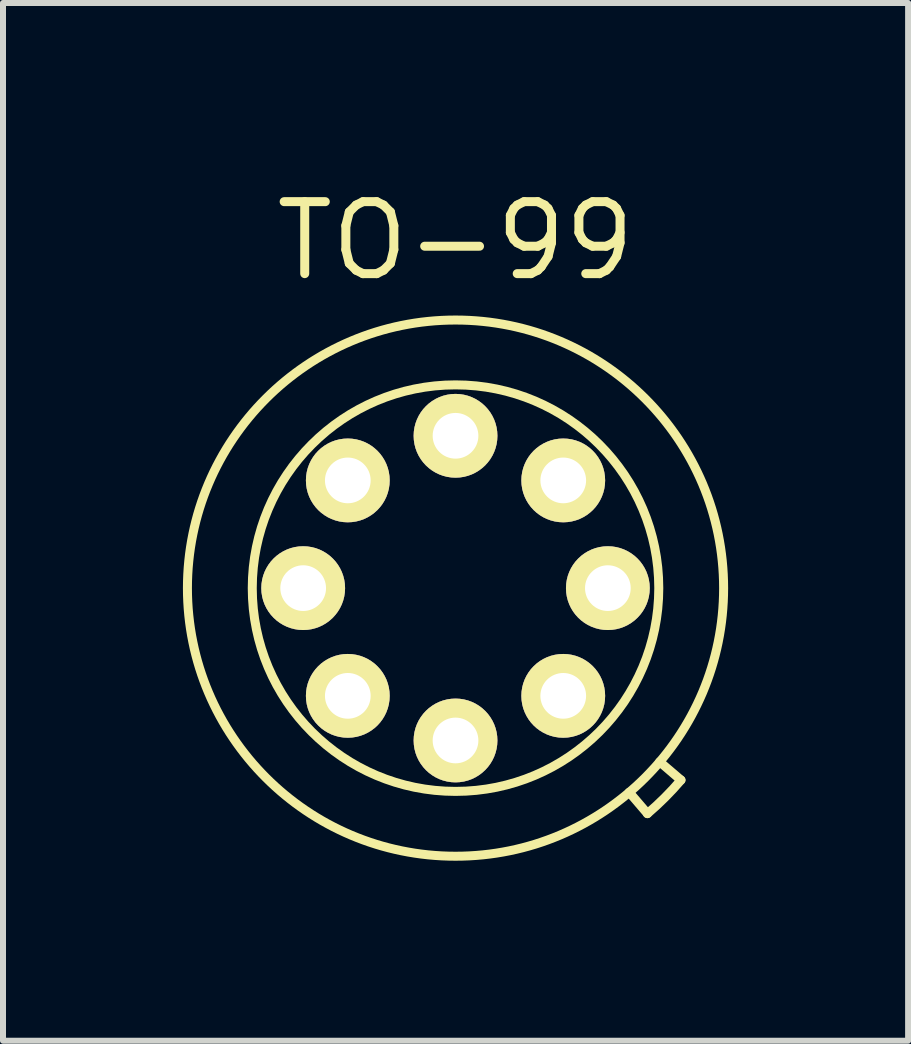
<source format=kicad_pcb>
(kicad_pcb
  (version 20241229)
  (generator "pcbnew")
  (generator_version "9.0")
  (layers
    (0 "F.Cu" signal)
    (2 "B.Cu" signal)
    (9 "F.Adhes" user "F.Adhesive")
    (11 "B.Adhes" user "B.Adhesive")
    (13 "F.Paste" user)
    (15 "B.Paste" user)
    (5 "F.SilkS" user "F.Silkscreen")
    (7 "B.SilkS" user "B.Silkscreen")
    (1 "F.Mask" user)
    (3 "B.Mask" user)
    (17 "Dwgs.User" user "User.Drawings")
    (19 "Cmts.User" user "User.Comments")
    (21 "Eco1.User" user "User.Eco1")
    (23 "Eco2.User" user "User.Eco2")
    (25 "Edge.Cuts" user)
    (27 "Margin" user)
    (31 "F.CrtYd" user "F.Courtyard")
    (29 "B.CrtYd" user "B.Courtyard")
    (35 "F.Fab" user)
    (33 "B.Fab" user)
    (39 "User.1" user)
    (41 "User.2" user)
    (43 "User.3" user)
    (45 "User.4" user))
  (footprint "TO-99"
    (layer "F.Cu")
    (at 4.545 6.756)
    (property "Reference" "TO-99" (at 0 -5.791 0) (layer "F.SilkS") (effects (font (size 1.2 1.2) (thickness 0.15))))
    (attr through_hole)
    (fp_line (start 2.896 3.404) (end 3.2 3.759) (stroke (width 0.15) (type solid)) (layer "F.SilkS"))
    (fp_line (start 3.404 2.896) (end 3.759 3.2) (stroke (width 0.15) (type solid)) (layer "F.SilkS"))
    (fp_arc (start 3.7592 3.2004) (mid 3.490423 3.491575) (end 3.199159 3.760256) (stroke (width 0.15) (type solid)) (layer "F.SilkS"))
    (fp_circle (center 0 0) (end 0 3.389) (stroke (width 0.15) (type solid)) (fill no) (layer "F.SilkS"))
    (fp_circle (center 0 0) (end 4.47 0) (stroke (width 0.15) (type solid)) (fill no) (layer "F.SilkS"))
    (pad "1" thru_hole oval (at 0 2.54) (size 1.397 1.397) (drill 0.762) (layers "*.Cu" "*.Mask" "F.SilkS"))
    (pad "2" thru_hole oval (at -1.796 1.796) (size 1.397 1.397) (drill 0.762) (layers "*.Cu" "*.Mask" "F.SilkS"))
    (pad "3" thru_hole oval (at -2.54 0) (size 1.397 1.397) (drill 0.762) (layers "*.Cu" "*.Mask" "F.SilkS"))
    (pad "4" thru_hole oval (at -1.796 -1.796) (size 1.397 1.397) (drill 0.762) (layers "*.Cu" "*.Mask" "F.SilkS"))
    (pad "5" thru_hole oval (at 0 -2.54) (size 1.397 1.397) (drill 0.762) (layers "*.Cu" "*.Mask" "F.SilkS"))
    (pad "6" thru_hole oval (at 1.796 -1.796) (size 1.397 1.397) (drill 0.762) (layers "*.Cu" "*.Mask" "F.SilkS"))
    (pad "7" thru_hole oval (at 2.54 0) (size 1.397 1.397) (drill 0.762) (layers "*.Cu" "*.Mask" "F.SilkS"))
    (pad "8" thru_hole oval (at 1.796 1.796) (size 1.397 1.397) (drill 0.762) (layers "*.Cu" "*.Mask" "F.SilkS")))
  (gr_rect
    (start -3 -3)
    (end 12.091 14.302)
    (stroke (width 0.1) (type default))
    (fill no)
    (layer "Edge.Cuts")))
</source>
